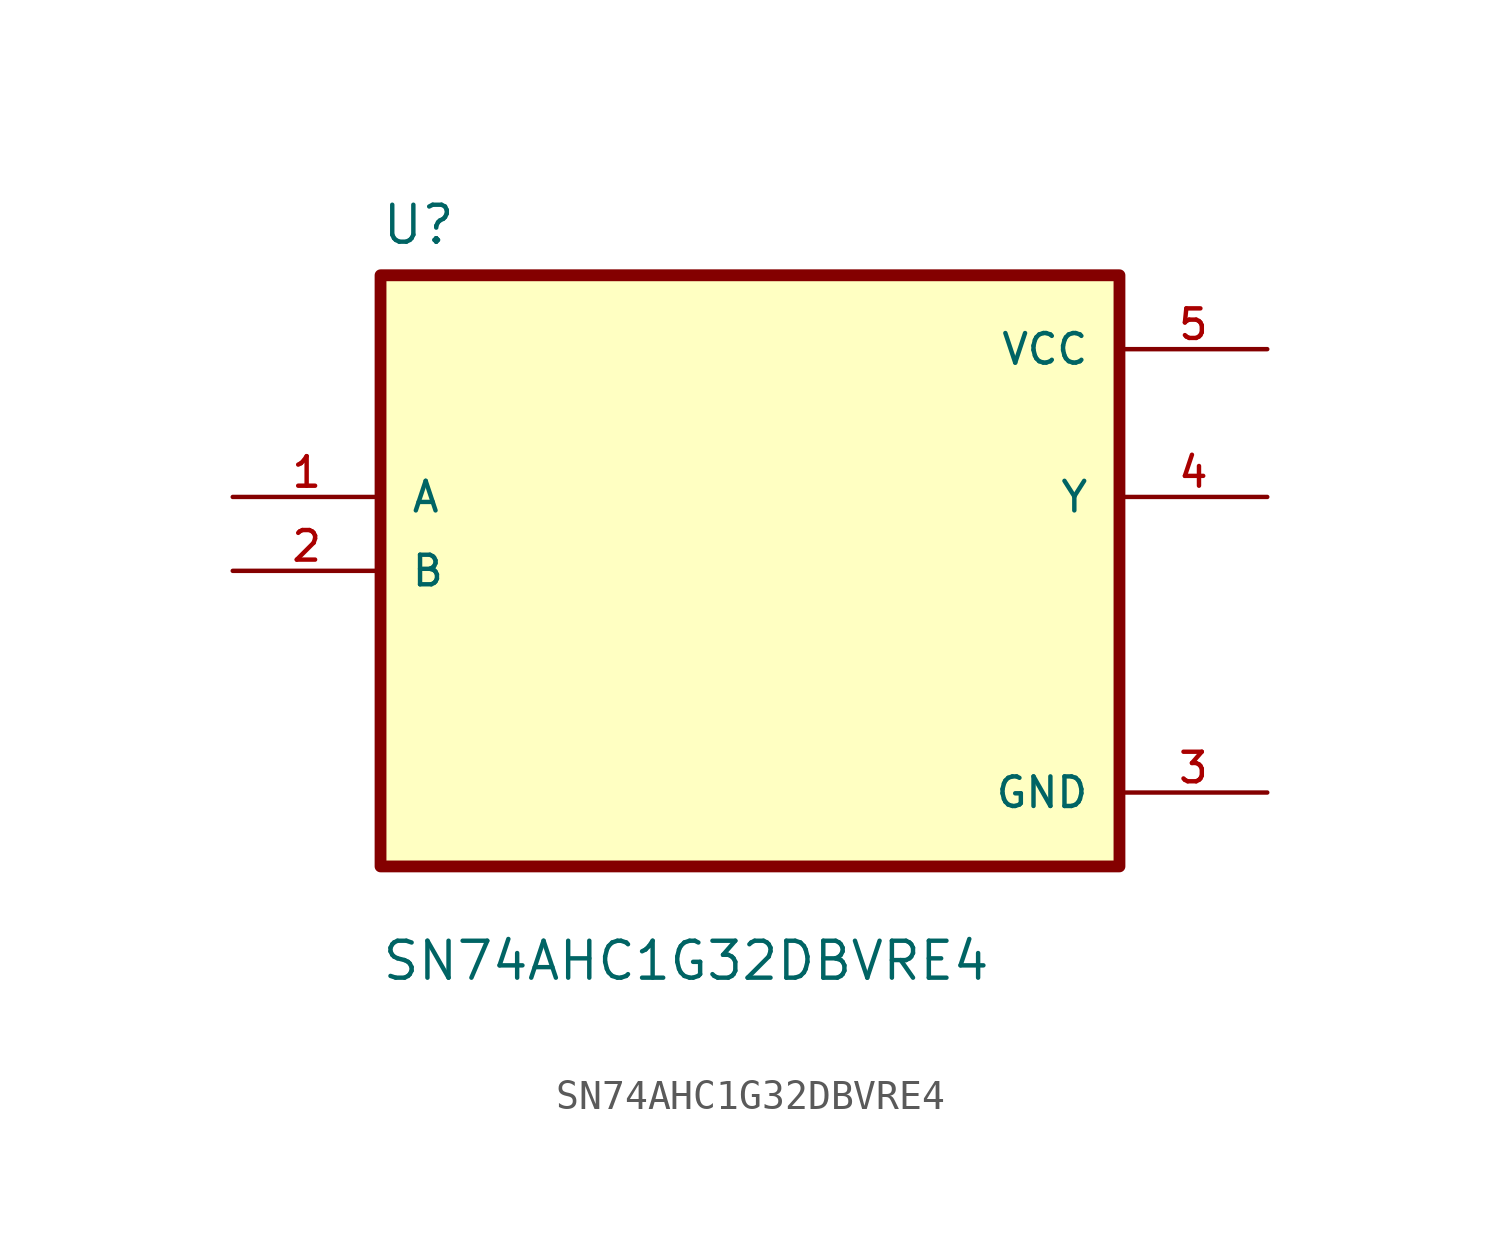
<source format=kicad_sym>
(kicad_symbol_lib
  (version 20220914)
  (generator kicad_symbol_editor)
  (symbol "SN74AHC1G32DBVRE4"
    (pin_names
      (offset 1.016))
    (property "Reference" "U"
      (at -12.7 11.151 0)
      (effects (font (size 1.27 1.27)) (justify left bottom)))
    (property "Value" "SN74AHC1G32DBVRE4"
      (at -12.7 -14.148 0)
      (effects (font (size 1.27 1.27)) (justify left bottom)))
    (property "ki_locked" ""
      (at 0 0 0)
      (effects (font (size 1.27 1.27))))
    (symbol "SN74AHC1G32DBVRE4_0_0"
      (rectangle (start -12.7 -10.16) (end 12.7 10.16) (stroke (width 0.406) (type solid)) (fill (type background)))
      (pin input line (at -17.78 2.54 0) (length 5.08) (name "A" (effects (font (size 1.016 1.016)))) (number "1" (effects (font (size 1.016 1.016)))))
      (pin input line (at -17.78 0 0) (length 5.08) (name "B" (effects (font (size 1.016 1.016)))) (number "2" (effects (font (size 1.016 1.016)))))
      (pin power_in line (at 17.78 -7.62 180) (length 5.08) (name "GND" (effects (font (size 1.016 1.016)))) (number "3" (effects (font (size 1.016 1.016)))))
      (pin output line (at 17.78 2.54 180) (length 5.08) (name "Y" (effects (font (size 1.016 1.016)))) (number "4" (effects (font (size 1.016 1.016)))))
      (pin power_in line (at 17.78 7.62 180) (length 5.08) (name "VCC" (effects (font (size 1.016 1.016)))) (number "5" (effects (font (size 1.016 1.016))))))))
</source>
